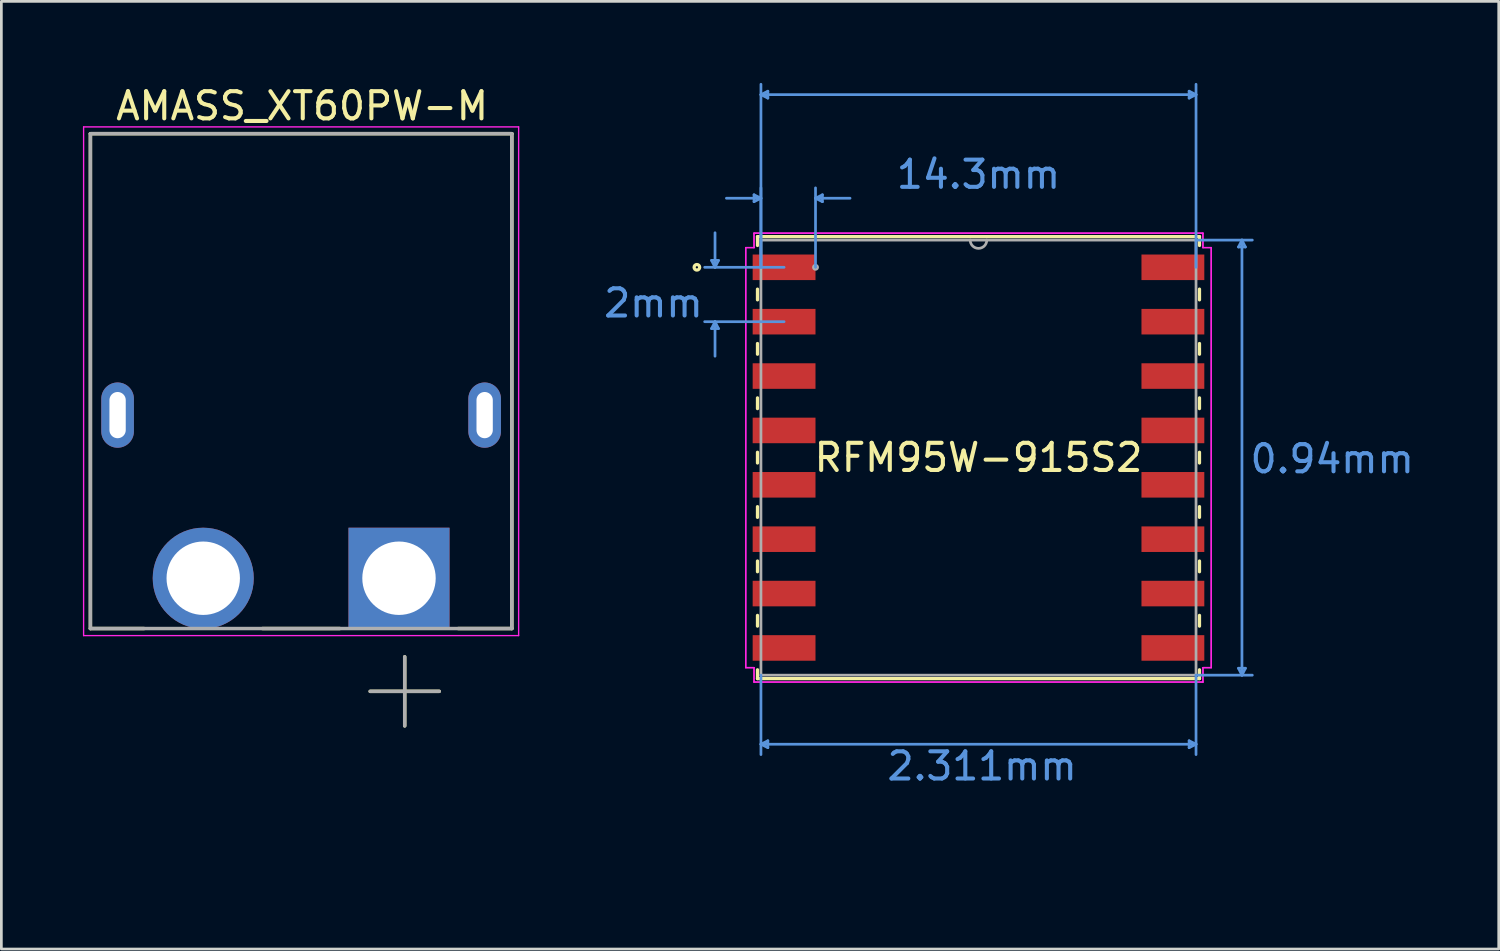
<source format=kicad_pcb>
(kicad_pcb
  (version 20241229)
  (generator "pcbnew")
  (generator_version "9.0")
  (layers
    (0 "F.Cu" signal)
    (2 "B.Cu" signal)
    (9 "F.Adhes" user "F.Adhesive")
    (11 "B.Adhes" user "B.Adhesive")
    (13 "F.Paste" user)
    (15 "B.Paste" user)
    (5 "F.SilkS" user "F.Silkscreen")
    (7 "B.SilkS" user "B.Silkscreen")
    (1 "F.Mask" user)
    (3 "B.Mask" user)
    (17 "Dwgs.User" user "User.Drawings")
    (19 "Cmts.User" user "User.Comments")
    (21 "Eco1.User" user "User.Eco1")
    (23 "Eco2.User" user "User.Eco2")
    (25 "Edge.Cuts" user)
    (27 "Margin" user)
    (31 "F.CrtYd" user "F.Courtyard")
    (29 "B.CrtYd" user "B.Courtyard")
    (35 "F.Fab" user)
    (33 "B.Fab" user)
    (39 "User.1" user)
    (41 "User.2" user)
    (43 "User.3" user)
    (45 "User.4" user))
  (footprint "AMASS_XT60PW-M"
    (layer "F.Cu")
    (at 8.025 12.217)
    (property "Reference" "AMASS_XT60PW-M" (at 0.037 -11.368 0) (layer "F.SilkS") (effects (font (size 1 1) (thickness 0.15))))
    (attr through_hole)
    (fp_line (start -7.75 -10.35) (end -7.75 7.85) (stroke (width 0.127) (type solid)) (layer "F.SilkS"))
    (fp_line (start -7.75 7.85) (end -5.778 7.85) (stroke (width 0.127) (type solid)) (layer "F.SilkS"))
    (fp_line (start -1.422 7.85) (end 1.422 7.85) (stroke (width 0.127) (type solid)) (layer "F.SilkS"))
    (fp_line (start 2.54 10.16) (end 3.81 10.16) (stroke (width 0.127) (type solid)) (layer "F.SilkS"))
    (fp_line (start 3.81 10.16) (end 3.81 8.89) (stroke (width 0.127) (type solid)) (layer "F.SilkS"))
    (fp_line (start 3.81 10.16) (end 3.81 11.43) (stroke (width 0.127) (type solid)) (layer "F.SilkS"))
    (fp_line (start 5.08 10.16) (end 3.81 10.16) (stroke (width 0.127) (type solid)) (layer "F.SilkS"))
    (fp_line (start 7.75 -10.35) (end -7.75 -10.35) (stroke (width 0.127) (type solid)) (layer "F.SilkS"))
    (fp_line (start 7.75 7.85) (end 5.778 7.85) (stroke (width 0.127) (type solid)) (layer "F.SilkS"))
    (fp_line (start 7.75 7.85) (end 7.75 -10.35) (stroke (width 0.127) (type solid)) (layer "F.SilkS"))
    (fp_line (start -8 -10.6) (end -8 8.11) (stroke (width 0.05) (type solid)) (layer "F.CrtYd"))
    (fp_line (start -8 8.11) (end 8 8.11) (stroke (width 0.05) (type solid)) (layer "F.CrtYd"))
    (fp_line (start 8 -10.6) (end -8 -10.6) (stroke (width 0.05) (type solid)) (layer "F.CrtYd"))
    (fp_line (start 8 8.11) (end 8 -10.6) (stroke (width 0.05) (type solid)) (layer "F.CrtYd"))
    (fp_line (start -7.75 -10.35) (end -7.75 7.85) (stroke (width 0.127) (type solid)) (layer "F.Fab"))
    (fp_line (start -7.75 7.85) (end 7.75 7.85) (stroke (width 0.127) (type solid)) (layer "F.Fab"))
    (fp_line (start 2.54 10.16) (end 3.81 10.16) (stroke (width 0.127) (type solid)) (layer "F.Fab"))
    (fp_line (start 3.81 10.16) (end 3.81 8.89) (stroke (width 0.127) (type solid)) (layer "F.Fab"))
    (fp_line (start 3.81 10.16) (end 3.81 11.43) (stroke (width 0.127) (type solid)) (layer "F.Fab"))
    (fp_line (start 5.08 10.16) (end 3.81 10.16) (stroke (width 0.127) (type solid)) (layer "F.Fab"))
    (fp_line (start 7.75 -10.35) (end -7.75 -10.35) (stroke (width 0.127) (type solid)) (layer "F.Fab"))
    (fp_line (start 7.75 7.85) (end 7.75 -10.35) (stroke (width 0.127) (type solid)) (layer "F.Fab"))
    (pad "1" thru_hole rect (at 3.6 6) (size 3.716 3.716) (drill 2.7) (layers "*.Cu" "*.Mask"))
    (pad "2" thru_hole circle (at -3.6 6) (size 3.716 3.716) (drill 2.7) (layers "*.Cu" "*.Mask"))
    (pad "S1" thru_hole oval (at 6.75 0) (size 1.2 2.4) (drill oval 0.6 1.7) (layers "*.Cu" "*.Mask"))
    (pad "S2" thru_hole oval (at -6.75 0) (size 1.2 2.4) (drill oval 0.6 1.7) (layers "*.Cu" "*.Mask")))
  (footprint "RFM95W-915S2"
    (layer "F.Cu")
    (at 32.938 13.781)
    (property "Reference" "RFM95W-915S2" (at 0 0 0) (layer "F.SilkS") (effects (font (size 1 1) (thickness 0.15))))
    (attr through_hole)
    (fp_line (start -8.128 -8.128) (end -8.128 -7.803) (stroke (width 0.12) (type solid)) (layer "F.SilkS"))
    (fp_line (start -8.128 -6.197) (end -8.128 -5.803) (stroke (width 0.12) (type solid)) (layer "F.SilkS"))
    (fp_line (start -8.128 -4.197) (end -8.128 -3.803) (stroke (width 0.12) (type solid)) (layer "F.SilkS"))
    (fp_line (start -8.128 -2.197) (end -8.128 -1.803) (stroke (width 0.12) (type solid)) (layer "F.SilkS"))
    (fp_line (start -8.128 -0.197) (end -8.128 0.197) (stroke (width 0.12) (type solid)) (layer "F.SilkS"))
    (fp_line (start -8.128 1.803) (end -8.128 2.197) (stroke (width 0.12) (type solid)) (layer "F.SilkS"))
    (fp_line (start -8.128 3.803) (end -8.128 4.197) (stroke (width 0.12) (type solid)) (layer "F.SilkS"))
    (fp_line (start -8.128 5.803) (end -8.128 6.197) (stroke (width 0.12) (type solid)) (layer "F.SilkS"))
    (fp_line (start -8.128 7.803) (end -8.128 8.128) (stroke (width 0.12) (type solid)) (layer "F.SilkS"))
    (fp_line (start -8.128 8.128) (end 8.128 8.128) (stroke (width 0.12) (type solid)) (layer "F.SilkS"))
    (fp_line (start 8.128 -8.128) (end -8.128 -8.128) (stroke (width 0.12) (type solid)) (layer "F.SilkS"))
    (fp_line (start 8.128 -7.803) (end 8.128 -8.128) (stroke (width 0.12) (type solid)) (layer "F.SilkS"))
    (fp_line (start 8.128 -5.803) (end 8.128 -6.197) (stroke (width 0.12) (type solid)) (layer "F.SilkS"))
    (fp_line (start 8.128 -3.803) (end 8.128 -4.197) (stroke (width 0.12) (type solid)) (layer "F.SilkS"))
    (fp_line (start 8.128 -1.803) (end 8.128 -2.197) (stroke (width 0.12) (type solid)) (layer "F.SilkS"))
    (fp_line (start 8.128 0.197) (end 8.128 -0.197) (stroke (width 0.12) (type solid)) (layer "F.SilkS"))
    (fp_line (start 8.128 2.197) (end 8.128 1.803) (stroke (width 0.12) (type solid)) (layer "F.SilkS"))
    (fp_line (start 8.128 4.197) (end 8.128 3.803) (stroke (width 0.12) (type solid)) (layer "F.SilkS"))
    (fp_line (start 8.128 6.197) (end 8.128 5.803) (stroke (width 0.12) (type solid)) (layer "F.SilkS"))
    (fp_line (start 8.128 8.128) (end 8.128 7.803) (stroke (width 0.12) (type solid)) (layer "F.SilkS"))
    (fp_circle (center -10.357 -7) (end -10.255 -7) (stroke (width 0.12) (type solid)) (fill no) (layer "F.SilkS"))
    (fp_line (start -9.817 -7.254) (end -9.563 -7.254) (stroke (width 0.1) (type solid)) (layer "Cmts.User"))
    (fp_line (start -9.817 -4.746) (end -9.563 -4.746) (stroke (width 0.1) (type solid)) (layer "Cmts.User"))
    (fp_line (start -9.69 -7) (end -9.817 -7.254) (stroke (width 0.1) (type solid)) (layer "Cmts.User"))
    (fp_line (start -9.69 -7) (end -9.69 -8.27) (stroke (width 0.1) (type solid)) (layer "Cmts.User"))
    (fp_line (start -9.69 -7) (end -9.563 -7.254) (stroke (width 0.1) (type solid)) (layer "Cmts.User"))
    (fp_line (start -9.69 -5) (end -9.817 -4.746) (stroke (width 0.1) (type solid)) (layer "Cmts.User"))
    (fp_line (start -9.69 -5) (end -9.69 -3.73) (stroke (width 0.1) (type solid)) (layer "Cmts.User"))
    (fp_line (start -9.69 -5) (end -9.563 -4.746) (stroke (width 0.1) (type solid)) (layer "Cmts.User"))
    (fp_line (start -8.255 -9.667) (end -8.255 -9.413) (stroke (width 0.1) (type solid)) (layer "Cmts.User"))
    (fp_line (start -8.001 -13.35) (end -7.747 -13.477) (stroke (width 0.1) (type solid)) (layer "Cmts.User"))
    (fp_line (start -8.001 -13.35) (end -7.747 -13.223) (stroke (width 0.1) (type solid)) (layer "Cmts.User"))
    (fp_line (start -8.001 -13.35) (end 8.001 -13.35) (stroke (width 0.1) (type solid)) (layer "Cmts.User"))
    (fp_line (start -8.001 -9.54) (end -9.271 -9.54) (stroke (width 0.1) (type solid)) (layer "Cmts.User"))
    (fp_line (start -8.001 -9.54) (end -8.255 -9.667) (stroke (width 0.1) (type solid)) (layer "Cmts.User"))
    (fp_line (start -8.001 -9.54) (end -8.255 -9.413) (stroke (width 0.1) (type solid)) (layer "Cmts.User"))
    (fp_line (start -8.001 -7) (end -8.001 -13.731) (stroke (width 0.1) (type solid)) (layer "Cmts.User"))
    (fp_line (start -8.001 -7) (end -8.001 -9.921) (stroke (width 0.1) (type solid)) (layer "Cmts.User"))
    (fp_line (start -8.001 8.001) (end -8.001 10.922) (stroke (width 0.1) (type solid)) (layer "Cmts.User"))
    (fp_line (start -8.001 10.541) (end -7.747 10.414) (stroke (width 0.1) (type solid)) (layer "Cmts.User"))
    (fp_line (start -8.001 10.541) (end -7.747 10.668) (stroke (width 0.1) (type solid)) (layer "Cmts.User"))
    (fp_line (start -8.001 10.541) (end 8.001 10.541) (stroke (width 0.1) (type solid)) (layer "Cmts.User"))
    (fp_line (start -7.747 -13.477) (end -7.747 -13.223) (stroke (width 0.1) (type solid)) (layer "Cmts.User"))
    (fp_line (start -7.747 10.414) (end -7.747 10.668) (stroke (width 0.1) (type solid)) (layer "Cmts.User"))
    (fp_line (start -7.15 -7) (end -10.071 -7) (stroke (width 0.1) (type solid)) (layer "Cmts.User"))
    (fp_line (start -7.15 -5) (end -10.071 -5) (stroke (width 0.1) (type solid)) (layer "Cmts.User"))
    (fp_line (start -5.994 -9.54) (end -5.74 -9.667) (stroke (width 0.1) (type solid)) (layer "Cmts.User"))
    (fp_line (start -5.994 -9.54) (end -5.74 -9.413) (stroke (width 0.1) (type solid)) (layer "Cmts.User"))
    (fp_line (start -5.994 -9.54) (end -4.724 -9.54) (stroke (width 0.1) (type solid)) (layer "Cmts.User"))
    (fp_line (start -5.994 -7) (end -5.994 -9.921) (stroke (width 0.1) (type solid)) (layer "Cmts.User"))
    (fp_line (start -5.74 -9.667) (end -5.74 -9.413) (stroke (width 0.1) (type solid)) (layer "Cmts.User"))
    (fp_line (start 7.747 -13.477) (end 7.747 -13.223) (stroke (width 0.1) (type solid)) (layer "Cmts.User"))
    (fp_line (start 7.747 10.414) (end 7.747 10.668) (stroke (width 0.1) (type solid)) (layer "Cmts.User"))
    (fp_line (start 8.001 -13.35) (end 7.747 -13.477) (stroke (width 0.1) (type solid)) (layer "Cmts.User"))
    (fp_line (start 8.001 -13.35) (end 7.747 -13.223) (stroke (width 0.1) (type solid)) (layer "Cmts.User"))
    (fp_line (start 8.001 -8.001) (end 10.071 -8.001) (stroke (width 0.1) (type solid)) (layer "Cmts.User"))
    (fp_line (start 8.001 -7) (end 8.001 -13.731) (stroke (width 0.1) (type solid)) (layer "Cmts.User"))
    (fp_line (start 8.001 8.001) (end 8.001 10.922) (stroke (width 0.1) (type solid)) (layer "Cmts.User"))
    (fp_line (start 8.001 8.001) (end 10.071 8.001) (stroke (width 0.1) (type solid)) (layer "Cmts.User"))
    (fp_line (start 8.001 10.541) (end 7.747 10.414) (stroke (width 0.1) (type solid)) (layer "Cmts.User"))
    (fp_line (start 8.001 10.541) (end 7.747 10.668) (stroke (width 0.1) (type solid)) (layer "Cmts.User"))
    (fp_line (start 9.563 -7.747) (end 9.817 -7.747) (stroke (width 0.1) (type solid)) (layer "Cmts.User"))
    (fp_line (start 9.563 7.747) (end 9.817 7.747) (stroke (width 0.1) (type solid)) (layer "Cmts.User"))
    (fp_line (start 9.69 -8.001) (end 9.563 -7.747) (stroke (width 0.1) (type solid)) (layer "Cmts.User"))
    (fp_line (start 9.69 -8.001) (end 9.69 8.001) (stroke (width 0.1) (type solid)) (layer "Cmts.User"))
    (fp_line (start 9.69 -8.001) (end 9.817 -7.747) (stroke (width 0.1) (type solid)) (layer "Cmts.User"))
    (fp_line (start 9.69 8.001) (end 9.563 7.747) (stroke (width 0.1) (type solid)) (layer "Cmts.User"))
    (fp_line (start 9.69 8.001) (end 9.817 7.747) (stroke (width 0.1) (type solid)) (layer "Cmts.User"))
    (fp_line (start -8.56 -7.724) (end -8.255 -7.724) (stroke (width 0.05) (type solid)) (layer "F.CrtYd"))
    (fp_line (start -8.56 -7.724) (end -8.255 -7.724) (stroke (width 0.05) (type solid)) (layer "F.CrtYd"))
    (fp_line (start -8.56 7.724) (end -8.56 -7.724) (stroke (width 0.05) (type solid)) (layer "F.CrtYd"))
    (fp_line (start -8.56 7.724) (end -8.56 -7.724) (stroke (width 0.05) (type solid)) (layer "F.CrtYd"))
    (fp_line (start -8.56 7.724) (end -8.255 7.724) (stroke (width 0.05) (type solid)) (layer "F.CrtYd"))
    (fp_line (start -8.255 -8.255) (end 8.255 -8.255) (stroke (width 0.05) (type solid)) (layer "F.CrtYd"))
    (fp_line (start -8.255 -8.255) (end 8.255 -8.255) (stroke (width 0.05) (type solid)) (layer "F.CrtYd"))
    (fp_line (start -8.255 -7.724) (end -8.255 -8.255) (stroke (width 0.05) (type solid)) (layer "F.CrtYd"))
    (fp_line (start -8.255 -7.724) (end -8.255 -8.255) (stroke (width 0.05) (type solid)) (layer "F.CrtYd"))
    (fp_line (start -8.255 7.724) (end -8.56 7.724) (stroke (width 0.05) (type solid)) (layer "F.CrtYd"))
    (fp_line (start -8.255 8.255) (end -8.255 7.724) (stroke (width 0.05) (type solid)) (layer "F.CrtYd"))
    (fp_line (start -8.255 8.255) (end -8.255 7.724) (stroke (width 0.05) (type solid)) (layer "F.CrtYd"))
    (fp_line (start 8.255 -8.255) (end 8.255 -7.724) (stroke (width 0.05) (type solid)) (layer "F.CrtYd"))
    (fp_line (start 8.255 -8.255) (end 8.255 -7.724) (stroke (width 0.05) (type solid)) (layer "F.CrtYd"))
    (fp_line (start 8.255 -7.724) (end 8.56 -7.724) (stroke (width 0.05) (type solid)) (layer "F.CrtYd"))
    (fp_line (start 8.255 7.724) (end 8.255 8.255) (stroke (width 0.05) (type solid)) (layer "F.CrtYd"))
    (fp_line (start 8.255 7.724) (end 8.255 8.255) (stroke (width 0.05) (type solid)) (layer "F.CrtYd"))
    (fp_line (start 8.255 8.255) (end -8.255 8.255) (stroke (width 0.05) (type solid)) (layer "F.CrtYd"))
    (fp_line (start 8.255 8.255) (end -8.255 8.255) (stroke (width 0.05) (type solid)) (layer "F.CrtYd"))
    (fp_line (start 8.56 -7.724) (end 8.255 -7.724) (stroke (width 0.05) (type solid)) (layer "F.CrtYd"))
    (fp_line (start 8.56 -7.724) (end 8.56 7.724) (stroke (width 0.05) (type solid)) (layer "F.CrtYd"))
    (fp_line (start 8.56 -7.724) (end 8.56 7.724) (stroke (width 0.05) (type solid)) (layer "F.CrtYd"))
    (fp_line (start 8.56 7.724) (end 8.255 7.724) (stroke (width 0.05) (type solid)) (layer "F.CrtYd"))
    (fp_line (start 8.56 7.724) (end 8.255 7.724) (stroke (width 0.05) (type solid)) (layer "F.CrtYd"))
    (fp_line (start -8.001 -8.001) (end -8.001 8.001) (stroke (width 0.1) (type solid)) (layer "F.Fab"))
    (fp_line (start -8.001 8.001) (end 8.001 8.001) (stroke (width 0.1) (type solid)) (layer "F.Fab"))
    (fp_line (start 8.001 -8.001) (end -8.001 -8.001) (stroke (width 0.1) (type solid)) (layer "F.Fab"))
    (fp_line (start 8.001 8.001) (end 8.001 -8.001) (stroke (width 0.1) (type solid)) (layer "F.Fab"))
    (fp_arc (start 0.3048 -8.001) (mid 0 -7.6962) (end -0.3048 -8.001) (stroke (width 0.1) (type solid)) (layer "F.Fab"))
    (fp_circle (center -5.994 -7) (end -5.918 -7) (stroke (width 0.1) (type solid)) (fill no) (layer "F.Fab"))
    (fp_text user "2mm" (at -11.953 -5.683 0) (layer "Cmts.User") (effects (font (size 1 1) (thickness 0.15))))
    (fp_text user "14.3mm" (at 0 -10.414 0) (layer "Cmts.User") (effects (font (size 1 1) (thickness 0.15))))
    (fp_text user "0.94mm" (at 13.01 0.049 0) (layer "Cmts.User") (effects (font (size 1 1) (thickness 0.15))))
    (fp_text user "2.311mm" (at 0.134 11.347 0) (layer "Cmts.User") (effects (font (size 1 1) (thickness 0.15))))
    (fp_text user "IC16_RFM95W-915S2_RFS" (at 0.052 14.225 0) (layer "User.3") (effects (font (size 1 1) (thickness 0.15))))
    (pad "1" smd rect (at -7.15 -7) (size 2.311 0.94) (layers "F.Cu" "F.Mask" "F.Paste"))
    (pad "2" smd rect (at -7.15 -5) (size 2.311 0.94) (layers "F.Cu" "F.Mask" "F.Paste"))
    (pad "3" smd rect (at -7.15 -3) (size 2.311 0.94) (layers "F.Cu" "F.Mask" "F.Paste"))
    (pad "4" smd rect (at -7.15 -1) (size 2.311 0.94) (layers "F.Cu" "F.Mask" "F.Paste"))
    (pad "5" smd rect (at -7.15 1) (size 2.311 0.94) (layers "F.Cu" "F.Mask" "F.Paste"))
    (pad "6" smd rect (at -7.15 3) (size 2.311 0.94) (layers "F.Cu" "F.Mask" "F.Paste"))
    (pad "7" smd rect (at -7.15 5) (size 2.311 0.94) (layers "F.Cu" "F.Mask" "F.Paste"))
    (pad "8" smd rect (at -7.15 7) (size 2.311 0.94) (layers "F.Cu" "F.Mask" "F.Paste"))
    (pad "9" smd rect (at 7.15 7) (size 2.311 0.94) (layers "F.Cu" "F.Mask" "F.Paste"))
    (pad "10" smd rect (at 7.15 5) (size 2.311 0.94) (layers "F.Cu" "F.Mask" "F.Paste"))
    (pad "11" smd rect (at 7.15 3) (size 2.311 0.94) (layers "F.Cu" "F.Mask" "F.Paste"))
    (pad "12" smd rect (at 7.15 1) (size 2.311 0.94) (layers "F.Cu" "F.Mask" "F.Paste"))
    (pad "13" smd rect (at 7.15 -1) (size 2.311 0.94) (layers "F.Cu" "F.Mask" "F.Paste"))
    (pad "14" smd rect (at 7.15 -3) (size 2.311 0.94) (layers "F.Cu" "F.Mask" "F.Paste"))
    (pad "15" smd rect (at 7.15 -5) (size 2.311 0.94) (layers "F.Cu" "F.Mask" "F.Paste"))
    (pad "16" smd rect (at 7.15 -7) (size 2.311 0.94) (layers "F.Cu" "F.Mask" "F.Paste")))
  (gr_rect
    (start -3 -3)
    (end 52.072 31.854)
    (stroke (width 0.1) (type default))
    (fill no)
    (layer "Edge.Cuts")))
</source>
